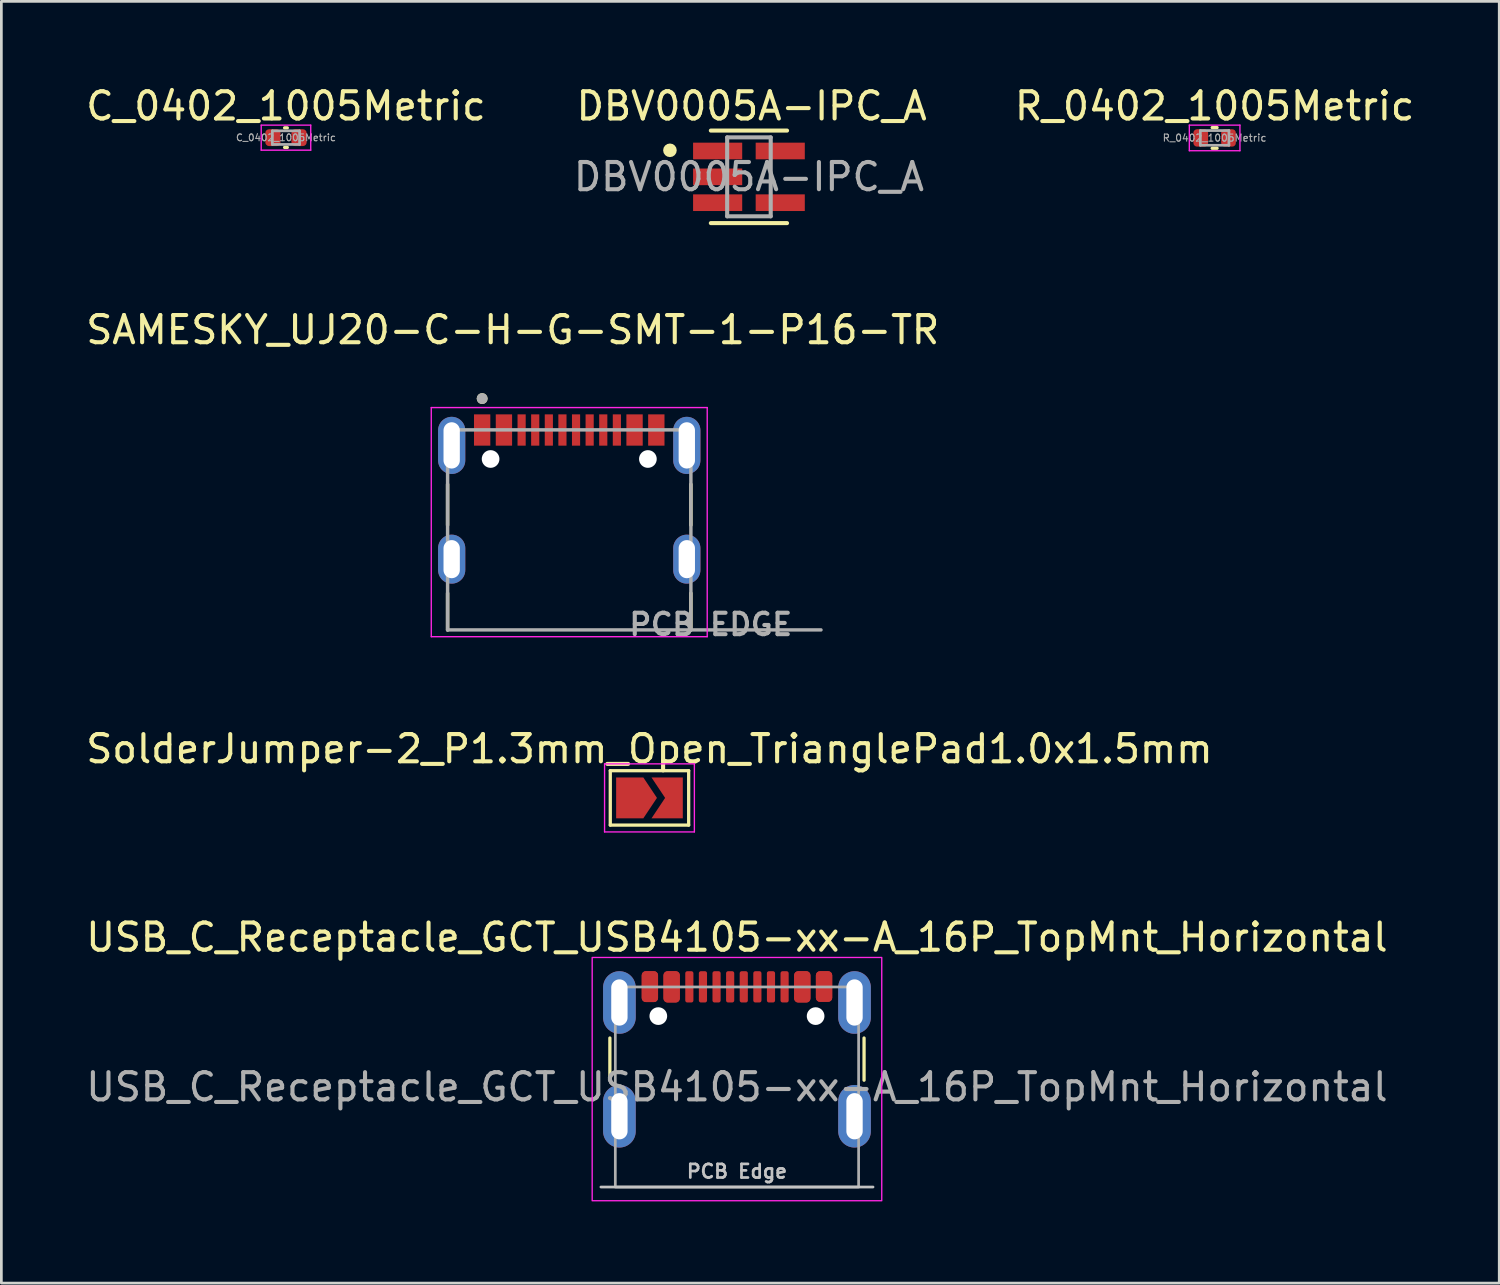
<source format=kicad_pcb>
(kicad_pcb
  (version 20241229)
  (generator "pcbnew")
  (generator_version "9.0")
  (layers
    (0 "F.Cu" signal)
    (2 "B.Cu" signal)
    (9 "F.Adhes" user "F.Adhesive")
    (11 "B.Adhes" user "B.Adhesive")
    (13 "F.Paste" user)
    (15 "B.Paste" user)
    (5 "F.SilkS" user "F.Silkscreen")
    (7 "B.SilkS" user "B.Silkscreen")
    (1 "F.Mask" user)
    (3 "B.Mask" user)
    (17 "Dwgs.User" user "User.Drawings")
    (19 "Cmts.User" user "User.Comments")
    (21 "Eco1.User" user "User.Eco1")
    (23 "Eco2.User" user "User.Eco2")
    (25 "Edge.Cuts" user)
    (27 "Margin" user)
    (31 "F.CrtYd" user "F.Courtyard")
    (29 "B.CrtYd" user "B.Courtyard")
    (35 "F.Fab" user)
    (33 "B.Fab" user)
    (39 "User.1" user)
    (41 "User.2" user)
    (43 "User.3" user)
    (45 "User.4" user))
  (footprint "USB_C_Receptacle_GCT_USB4105-xx-A_16P_TopMnt_Horizontal"
    (layer "F.Cu")
    (at 24.03 36.892)
    (property "Reference" "USB_C_Receptacle_GCT_USB4105-xx-A_16P_TopMnt_Horizontal" (at 0 -5.5 0) (unlocked yes) (layer "F.SilkS") (effects (font (size 1 1) (thickness 0.15))))
    (attr smd)
    (fp_line (start -4.67 -0.25) (end -4.67 -1.8) (stroke (width 0.12) (type solid)) (layer "F.SilkS"))
    (fp_line (start 4.67 -0.25) (end 4.67 -1.8) (stroke (width 0.12) (type solid)) (layer "F.SilkS"))
    (fp_line (start 5 3.675) (end -5 3.675) (stroke (width 0.1) (type solid)) (layer "Dwgs.User"))
    (fp_rect (start -5.32 -4.76) (end 5.32 4.18) (stroke (width 0.05) (type solid)) (fill no) (layer "F.CrtYd"))
    (fp_rect (start -4.47 -3.675) (end 4.47 3.675) (stroke (width 0.1) (type solid)) (fill no) (layer "F.Fab"))
    (fp_text user "PCB Edge" (at 0 3.1 0) (unlocked yes) (layer "Dwgs.User") (effects (font (size 0.5 0.5) (thickness 0.1))))
    (fp_text user "${REFERENCE}" (at 0 0 0) (unlocked yes) (layer "F.Fab") (effects (font (size 1 1) (thickness 0.15))))
    (pad "" np_thru_hole circle (at -2.89 -2.605) (size 0.65 0.65) (drill 0.65) (layers "*.Cu" "*.Mask"))
    (pad "" np_thru_hole circle (at 2.89 -2.605) (size 0.65 0.65) (drill 0.65) (layers "*.Cu" "*.Mask"))
    (pad "A1" smd roundrect (at -3.2 -3.688) (size 0.6 1.135) (layers "F.Cu" "F.Mask" "F.Paste") (roundrect_rratio 0.25))
    (pad "A4" smd roundrect (at -2.4 -3.68) (size 0.6 1.15) (layers "F.Cu" "F.Mask" "F.Paste") (roundrect_rratio 0.25))
    (pad "A5" smd roundrect (at -1.25 -3.68) (size 0.3 1.15) (layers "F.Cu" "F.Mask" "F.Paste") (roundrect_rratio 0.25))
    (pad "A6" smd roundrect (at -0.25 -3.68) (size 0.3 1.15) (layers "F.Cu" "F.Mask" "F.Paste") (roundrect_rratio 0.25))
    (pad "A7" smd roundrect (at 0.25 -3.68) (size 0.3 1.15) (layers "F.Cu" "F.Mask" "F.Paste") (roundrect_rratio 0.25))
    (pad "A8" smd roundrect (at 1.25 -3.68) (size 0.3 1.15) (layers "F.Cu" "F.Mask" "F.Paste") (roundrect_rratio 0.25))
    (pad "A9" smd roundrect (at 2.4 -3.68) (size 0.6 1.15) (layers "F.Cu" "F.Mask" "F.Paste") (roundrect_rratio 0.25))
    (pad "A12" smd roundrect (at 3.2 -3.692) (size 0.6 1.125) (layers "F.Cu" "F.Mask" "F.Paste") (roundrect_rratio 0.25))
    (pad "B1" smd roundrect (at 3.2 -3.692) (size 0.6 1.125) (layers "F.Cu" "F.Mask" "F.Paste") (roundrect_rratio 0.25))
    (pad "B4" smd roundrect (at 2.4 -3.68) (size 0.6 1.15) (layers "F.Cu" "F.Mask" "F.Paste") (roundrect_rratio 0.25))
    (pad "B5" smd roundrect (at 1.75 -3.68) (size 0.3 1.15) (layers "F.Cu" "F.Mask" "F.Paste") (roundrect_rratio 0.25))
    (pad "B6" smd roundrect (at 0.75 -3.68) (size 0.3 1.15) (layers "F.Cu" "F.Mask" "F.Paste") (roundrect_rratio 0.25))
    (pad "B7" smd roundrect (at -0.75 -3.68) (size 0.3 1.15) (layers "F.Cu" "F.Mask" "F.Paste") (roundrect_rratio 0.25))
    (pad "B8" smd roundrect (at -1.75 -3.68) (size 0.3 1.15) (layers "F.Cu" "F.Mask" "F.Paste") (roundrect_rratio 0.25))
    (pad "B9" smd roundrect (at -2.4 -3.68) (size 0.6 1.15) (layers "F.Cu" "F.Mask" "F.Paste") (roundrect_rratio 0.25))
    (pad "B12" smd roundrect (at -3.2 -3.688) (size 0.6 1.135) (layers "F.Cu" "F.Mask" "F.Paste") (roundrect_rratio 0.25))
    (pad "S1" thru_hole oval (at -4.32 -3.105) (size 1.2 2.3) (drill oval 0.6 1.7) (property pad_prop_heatsink) (layers "*.Cu" "*.Mask" "F.Paste"))
    (pad "S1" thru_hole oval (at -4.32 1.075) (size 1.2 2.3) (drill oval 0.6 1.7) (property pad_prop_heatsink) (layers "*.Cu" "*.Mask" "F.Paste"))
    (pad "S1" thru_hole oval (at 4.32 -3.105) (size 1.2 2.3) (drill oval 0.6 1.7) (property pad_prop_heatsink) (layers "*.Cu" "*.Mask" "F.Paste"))
    (pad "S1" thru_hole oval (at 4.32 1.075) (size 1.2 2.3) (drill oval 0.6 1.7) (property pad_prop_heatsink) (layers "*.Cu" "*.Mask" "F.Paste")))
  (footprint "R_0402_1005Metric"
    (layer "F.Cu")
    (at 41.582 2.018)
    (property "Reference" "R_0402_1005Metric" (at 0 -1.17 0) (layer "F.SilkS") (effects (font (size 1 1) (thickness 0.15))))
    (attr smd)
    (fp_line (start -0.09 -0.38) (end 0.09 -0.38) (stroke (width 0.12) (type solid)) (layer "F.SilkS"))
    (fp_line (start -0.09 0.38) (end 0.09 0.38) (stroke (width 0.12) (type solid)) (layer "F.SilkS"))
    (fp_line (start -0.93 -0.47) (end 0.93 -0.47) (stroke (width 0.05) (type solid)) (layer "F.CrtYd"))
    (fp_line (start -0.93 0.47) (end -0.93 -0.47) (stroke (width 0.05) (type solid)) (layer "F.CrtYd"))
    (fp_line (start 0.93 -0.47) (end 0.93 0.47) (stroke (width 0.05) (type solid)) (layer "F.CrtYd"))
    (fp_line (start 0.93 0.47) (end -0.93 0.47) (stroke (width 0.05) (type solid)) (layer "F.CrtYd"))
    (fp_line (start -0.525 -0.27) (end 0.525 -0.27) (stroke (width 0.1) (type solid)) (layer "F.Fab"))
    (fp_line (start -0.525 0.27) (end -0.525 -0.27) (stroke (width 0.1) (type solid)) (layer "F.Fab"))
    (fp_line (start 0.525 -0.27) (end 0.525 0.27) (stroke (width 0.1) (type solid)) (layer "F.Fab"))
    (fp_line (start 0.525 0.27) (end -0.525 0.27) (stroke (width 0.1) (type solid)) (layer "F.Fab"))
    (fp_text user "${REFERENCE}" (at 0 0 0) (layer "F.Fab") (effects (font (size 0.26 0.26) (thickness 0.04))))
    (pad "1" smd roundrect (at -0.51 0) (size 0.54 0.64) (layers "F.Cu" "F.Mask" "F.Paste") (roundrect_rratio 0.25))
    (pad "2" smd roundrect (at 0.51 0) (size 0.54 0.64) (layers "F.Cu" "F.Mask" "F.Paste") (roundrect_rratio 0.25)))
  (footprint "C_0402_1005Metric"
    (layer "F.Cu")
    (at 7.458 2.008)
    (property "Reference" "C_0402_1005Metric" (at 0 -1.16 0) (layer "F.SilkS") (effects (font (size 1 1) (thickness 0.15))))
    (attr smd)
    (fp_line (start -0.05 -0.36) (end 0.05 -0.36) (stroke (width 0.12) (type solid)) (layer "F.SilkS"))
    (fp_line (start -0.05 0.36) (end 0.05 0.36) (stroke (width 0.12) (type solid)) (layer "F.SilkS"))
    (fp_line (start -0.91 -0.46) (end 0.91 -0.46) (stroke (width 0.05) (type solid)) (layer "F.CrtYd"))
    (fp_line (start -0.91 0.46) (end -0.91 -0.46) (stroke (width 0.05) (type solid)) (layer "F.CrtYd"))
    (fp_line (start 0.91 -0.46) (end 0.91 0.46) (stroke (width 0.05) (type solid)) (layer "F.CrtYd"))
    (fp_line (start 0.91 0.46) (end -0.91 0.46) (stroke (width 0.05) (type solid)) (layer "F.CrtYd"))
    (fp_line (start -0.5 -0.25) (end 0.5 -0.25) (stroke (width 0.1) (type solid)) (layer "F.Fab"))
    (fp_line (start -0.5 0.25) (end -0.5 -0.25) (stroke (width 0.1) (type solid)) (layer "F.Fab"))
    (fp_line (start 0.5 -0.25) (end 0.5 0.25) (stroke (width 0.1) (type solid)) (layer "F.Fab"))
    (fp_line (start 0.5 0.25) (end -0.5 0.25) (stroke (width 0.1) (type solid)) (layer "F.Fab"))
    (fp_text user "${REFERENCE}" (at 0 0 0) (layer "F.Fab") (effects (font (size 0.25 0.25) (thickness 0.04))))
    (pad "1" smd roundrect (at -0.48 0) (size 0.56 0.62) (layers "F.Cu" "F.Mask" "F.Paste") (roundrect_rratio 0.25))
    (pad "2" smd roundrect (at 0.48 0) (size 0.56 0.62) (layers "F.Cu" "F.Mask" "F.Paste") (roundrect_rratio 0.25)))
  (footprint "SAMESKY_UJ20-C-H-G-SMT-1-P16-TR"
    (layer "F.Cu")
    (at 17.867 15.846)
    (property "Reference" "SAMESKY_UJ20-C-H-G-SMT-1-P16-TR" (at -2.075 -6.775 0) (layer "F.SilkS") (effects (font (size 1 1) (thickness 0.15))))
    (attr smd)
    (fp_line (start -4.47 -1.1) (end -4.47 0.4) (stroke (width 0.127) (type solid)) (layer "F.SilkS"))
    (fp_line (start -4.47 2.9) (end -4.47 4.25) (stroke (width 0.127) (type solid)) (layer "F.SilkS"))
    (fp_line (start 4.47 -1.1) (end 4.47 0.4) (stroke (width 0.127) (type solid)) (layer "F.SilkS"))
    (fp_line (start 4.47 2.9) (end 4.47 4.25) (stroke (width 0.127) (type solid)) (layer "F.SilkS"))
    (fp_circle (center -3.2 -4.25) (end -3.1 -4.25) (stroke (width 0.2) (type solid)) (fill no) (layer "F.SilkS"))
    (fp_line (start -5.07 -3.92) (end -5.07 4.5) (stroke (width 0.05) (type solid)) (layer "F.CrtYd"))
    (fp_line (start -5.07 4.5) (end 5.07 4.5) (stroke (width 0.05) (type solid)) (layer "F.CrtYd"))
    (fp_line (start 5.07 -3.92) (end -5.07 -3.92) (stroke (width 0.05) (type solid)) (layer "F.CrtYd"))
    (fp_line (start 5.07 4.5) (end 5.07 -3.92) (stroke (width 0.05) (type solid)) (layer "F.CrtYd"))
    (fp_line (start -4.47 -3.1) (end -4.47 4.25) (stroke (width 0.127) (type solid)) (layer "F.Fab"))
    (fp_line (start -4.47 4.25) (end 4.47 4.25) (stroke (width 0.127) (type solid)) (layer "F.Fab"))
    (fp_line (start 4.47 -3.1) (end -4.47 -3.1) (stroke (width 0.127) (type solid)) (layer "F.Fab"))
    (fp_line (start 4.47 4.25) (end 4.47 -3.1) (stroke (width 0.127) (type solid)) (layer "F.Fab"))
    (fp_line (start 4.47 4.25) (end 9.25 4.25) (stroke (width 0.127) (type solid)) (layer "F.Fab"))
    (fp_circle (center -3.2 -4.25) (end -3.1 -4.25) (stroke (width 0.2) (type solid)) (fill no) (layer "F.Fab"))
    (fp_text user "PCB EDGE" (at 5.2 4.05 0) (layer "F.Fab") (effects (font (size 0.787 0.787) (thickness 0.15))))
    (pad "" np_thru_hole circle (at -2.89 -2.03) (size 0.65 0.65) (drill 0.65) (layers "*.Cu" "*.Mask"))
    (pad "" np_thru_hole circle (at 2.89 -2.03) (size 0.65 0.65) (drill 0.65) (layers "*.Cu" "*.Mask"))
    (pad "A1_B12" smd rect (at -3.2 -3.095) (size 0.6 1.15) (layers "F.Cu" "F.Mask" "F.Paste"))
    (pad "A4_B9" smd rect (at -2.4 -3.095) (size 0.6 1.15) (layers "F.Cu" "F.Mask" "F.Paste"))
    (pad "A5" smd rect (at -1.25 -3.095) (size 0.3 1.15) (layers "F.Cu" "F.Mask" "F.Paste"))
    (pad "A6" smd rect (at -0.25 -3.095) (size 0.3 1.15) (layers "F.Cu" "F.Mask" "F.Paste"))
    (pad "A7" smd rect (at 0.25 -3.095) (size 0.3 1.15) (layers "F.Cu" "F.Mask" "F.Paste"))
    (pad "A8" smd rect (at 1.25 -3.095) (size 0.3 1.15) (layers "F.Cu" "F.Mask" "F.Paste"))
    (pad "B1_A12" smd rect (at 3.2 -3.095) (size 0.6 1.15) (layers "F.Cu" "F.Mask" "F.Paste"))
    (pad "B4_A9" smd rect (at 2.4 -3.095) (size 0.6 1.15) (layers "F.Cu" "F.Mask" "F.Paste"))
    (pad "B5" smd rect (at 1.75 -3.095) (size 0.3 1.15) (layers "F.Cu" "F.Mask" "F.Paste"))
    (pad "B6" smd rect (at 0.75 -3.095) (size 0.3 1.15) (layers "F.Cu" "F.Mask" "F.Paste"))
    (pad "B7" smd rect (at -0.75 -3.095) (size 0.3 1.15) (layers "F.Cu" "F.Mask" "F.Paste"))
    (pad "B8" smd rect (at -1.75 -3.095) (size 0.3 1.15) (layers "F.Cu" "F.Mask" "F.Paste"))
    (pad "SH1" thru_hole oval (at -4.32 -2.53) (size 1 2.1) (drill oval 0.6 1.7) (layers "*.Cu" "*.Mask"))
    (pad "SH2" thru_hole oval (at 4.32 -2.53) (size 1 2.1) (drill oval 0.6 1.7) (layers "*.Cu" "*.Mask"))
    (pad "SH3" thru_hole oval (at -4.32 1.65) (size 1 1.8) (drill oval 0.6 1.4) (layers "*.Cu" "*.Mask"))
    (pad "SH4" thru_hole oval (at 4.32 1.65) (size 1 1.8) (drill oval 0.6 1.4) (layers "*.Cu" "*.Mask")))
  (footprint "DBV0005A-IPC_A"
    (layer "F.Cu")
    (at 24.47 3.448)
    (property "Reference" "DBV0005A-IPC_A" (at 0.1 -2.6 0) (unlocked yes) (layer "F.SilkS") (effects (font (size 1 1) (thickness 0.15))))
    (attr smd)
    (fp_line (start -1.4 -1.7) (end 1.4 -1.7) (stroke (width 0.15) (type solid)) (layer "F.SilkS"))
    (fp_line (start -1.4 1.7) (end 1.4 1.7) (stroke (width 0.15) (type solid)) (layer "F.SilkS"))
    (fp_circle (center -2.903 -0.975) (end -2.778 -0.975) (stroke (width 0.25) (type solid)) (fill no) (layer "F.SilkS"))
    (fp_line (start -0.8 -1.45) (end 0.8 -1.45) (stroke (width 0.15) (type solid)) (layer "F.Fab"))
    (fp_line (start -0.8 1.45) (end -0.8 -1.45) (stroke (width 0.15) (type solid)) (layer "F.Fab"))
    (fp_line (start -0.8 1.45) (end 0.8 1.45) (stroke (width 0.15) (type solid)) (layer "F.Fab"))
    (fp_line (start 0.8 1.45) (end 0.8 -1.45) (stroke (width 0.15) (type solid)) (layer "F.Fab"))
    (fp_text user "${REFERENCE}" (at 0 0 0) (unlocked yes) (layer "F.Fab") (effects (font (size 1 1) (thickness 0.15))))
    (pad "1" smd rect (at -1.15 -0.95) (size 1.805 0.612) (layers "F.Cu" "F.Mask" "F.Paste"))
    (pad "2" smd rect (at -1.15 0) (size 1.805 0.612) (layers "F.Cu" "F.Mask" "F.Paste"))
    (pad "3" smd rect (at -1.15 0.95) (size 1.805 0.612) (layers "F.Cu" "F.Mask" "F.Paste"))
    (pad "4" smd rect (at 1.15 0.95) (size 1.805 0.612) (layers "F.Cu" "F.Mask" "F.Paste"))
    (pad "5" smd rect (at 1.15 -0.95) (size 1.805 0.612) (layers "F.Cu" "F.Mask" "F.Paste")))
  (footprint "SolderJumper-2_P1.3mm_Open_TrianglePad1.0x1.5mm"
    (layer "F.Cu")
    (at 20.815 26.269)
    (property "Reference" "SolderJumper-2_P1.3mm_Open_TrianglePad1.0x1.5mm" (at 0 -1.8 0) (layer "F.SilkS") (effects (font (size 1 1) (thickness 0.15))))
    (attr exclude_from_pos_files exclude_from_bom allow_soldermask_bridges)
    (fp_rect (start -1.225 -0.75) (end 1.225 0.75) (stroke (width 0) (type default)) (fill yes) (layer "F.Mask"))
    (fp_line (start -1.44 -1) (end 1.44 -1) (stroke (width 0.12) (type solid)) (layer "F.SilkS"))
    (fp_line (start -1.44 1) (end -1.44 -1) (stroke (width 0.12) (type solid)) (layer "F.SilkS"))
    (fp_line (start 1.44 -1) (end 1.44 1) (stroke (width 0.12) (type solid)) (layer "F.SilkS"))
    (fp_line (start 1.44 1) (end -1.44 1) (stroke (width 0.12) (type solid)) (layer "F.SilkS"))
    (fp_line (start -1.65 -1.25) (end -1.65 1.25) (stroke (width 0.05) (type solid)) (layer "F.CrtYd"))
    (fp_line (start -1.65 -1.25) (end 1.65 -1.25) (stroke (width 0.05) (type solid)) (layer "F.CrtYd"))
    (fp_line (start 1.65 1.25) (end -1.65 1.25) (stroke (width 0.05) (type solid)) (layer "F.CrtYd"))
    (fp_line (start 1.65 1.25) (end 1.65 -1.25) (stroke (width 0.05) (type solid)) (layer "F.CrtYd"))
    (pad "1" smd custom (at -0.725 0) (size 0.3 0.3) (layers "F.Cu" "F.Mask") (options (anchor rect)) (primitives (gr_poly (pts (xy 1 0) (xy 0.5 0.75) (xy -0.5 0.75) (xy -0.5 -0.75) (xy 0.5 -0.75)) (width 0) (fill yes))))
    (pad "2" smd custom (at 0.725 0) (size 0.3 0.3) (layers "F.Cu" "F.Mask") (options (anchor rect)) (primitives (gr_poly (pts (xy 0.5 0.75) (xy -0.65 0.75) (xy -0.15 0) (xy -0.65 -0.75) (xy 0.5 -0.75)) (width 0) (fill yes)))))
  (gr_rect
    (start -3 -3)
    (end 52.04 44.097)
    (stroke (width 0.1) (type default))
    (fill no)
    (layer "Edge.Cuts")))
</source>
